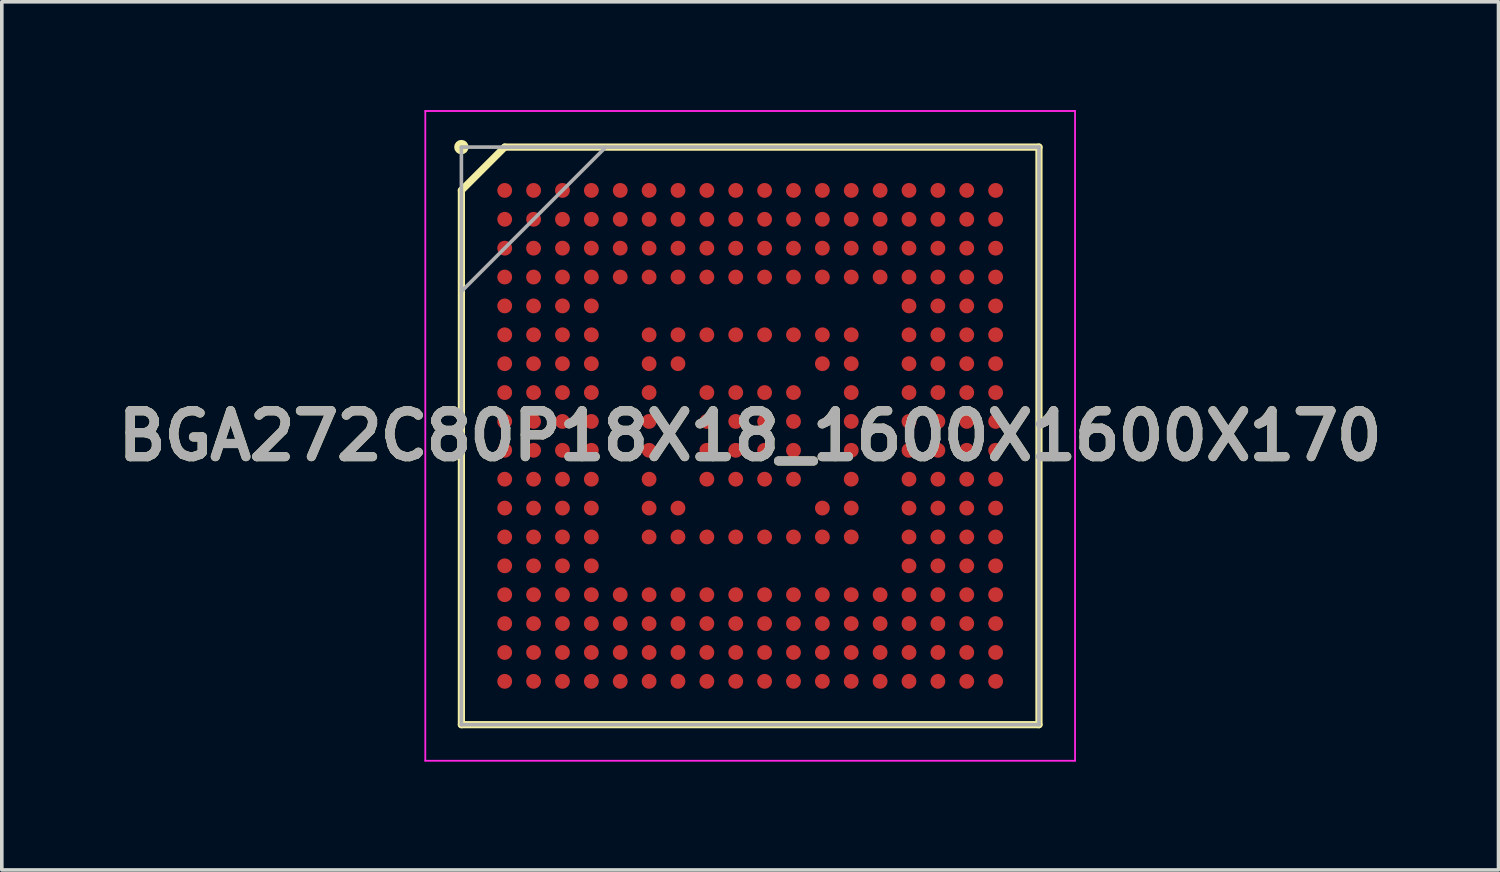
<source format=kicad_pcb>
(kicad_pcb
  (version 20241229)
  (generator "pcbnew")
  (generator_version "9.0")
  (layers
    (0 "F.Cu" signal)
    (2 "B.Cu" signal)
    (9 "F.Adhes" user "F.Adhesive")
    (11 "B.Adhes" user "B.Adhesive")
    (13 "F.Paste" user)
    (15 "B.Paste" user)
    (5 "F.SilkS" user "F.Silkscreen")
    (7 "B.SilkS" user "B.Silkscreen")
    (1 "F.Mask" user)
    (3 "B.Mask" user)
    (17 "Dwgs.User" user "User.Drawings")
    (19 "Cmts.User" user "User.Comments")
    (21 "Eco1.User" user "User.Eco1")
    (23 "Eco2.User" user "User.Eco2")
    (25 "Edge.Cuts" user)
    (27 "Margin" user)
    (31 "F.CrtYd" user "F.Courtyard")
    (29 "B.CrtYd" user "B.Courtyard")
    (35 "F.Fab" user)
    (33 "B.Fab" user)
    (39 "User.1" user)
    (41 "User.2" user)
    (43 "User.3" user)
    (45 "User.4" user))
  (footprint "BGA272C80P18X18_1600X1600X170"
    (layer "F.Cu")
    (at 17.732 9.025)
    (property "Reference" "BGA272C80P18X18_1600X1600X170" (at 0 0 0) (layer "F.SilkS") (effects (font (size 1.27 1.27) (thickness 0.254))))
    (attr smd)
    (fp_line (start -8 -6.8) (end -6.8 -8) (stroke (width 0.2) (type solid)) (layer "F.SilkS"))
    (fp_line (start -8 8) (end -8 -6.8) (stroke (width 0.2) (type solid)) (layer "F.SilkS"))
    (fp_line (start -6.8 -8) (end 8 -8) (stroke (width 0.2) (type solid)) (layer "F.SilkS"))
    (fp_line (start 8 -8) (end 8 8) (stroke (width 0.2) (type solid)) (layer "F.SilkS"))
    (fp_line (start 8 8) (end -8 8) (stroke (width 0.2) (type solid)) (layer "F.SilkS"))
    (fp_circle (center -8 -8) (end -8 -7.9) (stroke (width 0.2) (type solid)) (fill no) (layer "F.SilkS"))
    (fp_line (start -9 -9) (end 9 -9) (stroke (width 0.05) (type solid)) (layer "F.CrtYd"))
    (fp_line (start -9 9) (end -9 -9) (stroke (width 0.05) (type solid)) (layer "F.CrtYd"))
    (fp_line (start 9 -9) (end 9 9) (stroke (width 0.05) (type solid)) (layer "F.CrtYd"))
    (fp_line (start 9 9) (end -9 9) (stroke (width 0.05) (type solid)) (layer "F.CrtYd"))
    (fp_line (start -8 -8) (end 8 -8) (stroke (width 0.1) (type solid)) (layer "F.Fab"))
    (fp_line (start -8 -4) (end -4 -8) (stroke (width 0.1) (type solid)) (layer "F.Fab"))
    (fp_line (start -8 8) (end -8 -8) (stroke (width 0.1) (type solid)) (layer "F.Fab"))
    (fp_line (start 8 -8) (end 8 8) (stroke (width 0.1) (type solid)) (layer "F.Fab"))
    (fp_line (start 8 8) (end -8 8) (stroke (width 0.1) (type solid)) (layer "F.Fab"))
    (fp_text user "${REFERENCE}" (at 0 0 0) (layer "F.Fab") (effects (font (size 1.27 1.27) (thickness 0.254))))
    (pad "A1" smd circle (at -6.8 -6.8 90) (size 0.41 0.41) (layers "F.Cu" "F.Mask" "F.Paste"))
    (pad "A2" smd circle (at -6 -6.8 90) (size 0.41 0.41) (layers "F.Cu" "F.Mask" "F.Paste"))
    (pad "A3" smd circle (at -5.2 -6.8 90) (size 0.41 0.41) (layers "F.Cu" "F.Mask" "F.Paste"))
    (pad "A4" smd circle (at -4.4 -6.8 90) (size 0.41 0.41) (layers "F.Cu" "F.Mask" "F.Paste"))
    (pad "A5" smd circle (at -3.6 -6.8 90) (size 0.41 0.41) (layers "F.Cu" "F.Mask" "F.Paste"))
    (pad "A6" smd circle (at -2.8 -6.8 90) (size 0.41 0.41) (layers "F.Cu" "F.Mask" "F.Paste"))
    (pad "A7" smd circle (at -2 -6.8 90) (size 0.41 0.41) (layers "F.Cu" "F.Mask" "F.Paste"))
    (pad "A8" smd circle (at -1.2 -6.8 90) (size 0.41 0.41) (layers "F.Cu" "F.Mask" "F.Paste"))
    (pad "A9" smd circle (at -0.4 -6.8 90) (size 0.41 0.41) (layers "F.Cu" "F.Mask" "F.Paste"))
    (pad "A10" smd circle (at 0.4 -6.8 90) (size 0.41 0.41) (layers "F.Cu" "F.Mask" "F.Paste"))
    (pad "A11" smd circle (at 1.2 -6.8 90) (size 0.41 0.41) (layers "F.Cu" "F.Mask" "F.Paste"))
    (pad "A12" smd circle (at 2 -6.8 90) (size 0.41 0.41) (layers "F.Cu" "F.Mask" "F.Paste"))
    (pad "A13" smd circle (at 2.8 -6.8 90) (size 0.41 0.41) (layers "F.Cu" "F.Mask" "F.Paste"))
    (pad "A14" smd circle (at 3.6 -6.8 90) (size 0.41 0.41) (layers "F.Cu" "F.Mask" "F.Paste"))
    (pad "A15" smd circle (at 4.4 -6.8 90) (size 0.41 0.41) (layers "F.Cu" "F.Mask" "F.Paste"))
    (pad "A16" smd circle (at 5.2 -6.8 90) (size 0.41 0.41) (layers "F.Cu" "F.Mask" "F.Paste"))
    (pad "A17" smd circle (at 6 -6.8 90) (size 0.41 0.41) (layers "F.Cu" "F.Mask" "F.Paste"))
    (pad "A18" smd circle (at 6.8 -6.8 90) (size 0.41 0.41) (layers "F.Cu" "F.Mask" "F.Paste"))
    (pad "B1" smd circle (at -6.8 -6 90) (size 0.41 0.41) (layers "F.Cu" "F.Mask" "F.Paste"))
    (pad "B2" smd circle (at -6 -6 90) (size 0.41 0.41) (layers "F.Cu" "F.Mask" "F.Paste"))
    (pad "B3" smd circle (at -5.2 -6 90) (size 0.41 0.41) (layers "F.Cu" "F.Mask" "F.Paste"))
    (pad "B4" smd circle (at -4.4 -6 90) (size 0.41 0.41) (layers "F.Cu" "F.Mask" "F.Paste"))
    (pad "B5" smd circle (at -3.6 -6 90) (size 0.41 0.41) (layers "F.Cu" "F.Mask" "F.Paste"))
    (pad "B6" smd circle (at -2.8 -6 90) (size 0.41 0.41) (layers "F.Cu" "F.Mask" "F.Paste"))
    (pad "B7" smd circle (at -2 -6 90) (size 0.41 0.41) (layers "F.Cu" "F.Mask" "F.Paste"))
    (pad "B8" smd circle (at -1.2 -6 90) (size 0.41 0.41) (layers "F.Cu" "F.Mask" "F.Paste"))
    (pad "B9" smd circle (at -0.4 -6 90) (size 0.41 0.41) (layers "F.Cu" "F.Mask" "F.Paste"))
    (pad "B10" smd circle (at 0.4 -6 90) (size 0.41 0.41) (layers "F.Cu" "F.Mask" "F.Paste"))
    (pad "B11" smd circle (at 1.2 -6 90) (size 0.41 0.41) (layers "F.Cu" "F.Mask" "F.Paste"))
    (pad "B12" smd circle (at 2 -6 90) (size 0.41 0.41) (layers "F.Cu" "F.Mask" "F.Paste"))
    (pad "B13" smd circle (at 2.8 -6 90) (size 0.41 0.41) (layers "F.Cu" "F.Mask" "F.Paste"))
    (pad "B14" smd circle (at 3.6 -6 90) (size 0.41 0.41) (layers "F.Cu" "F.Mask" "F.Paste"))
    (pad "B15" smd circle (at 4.4 -6 90) (size 0.41 0.41) (layers "F.Cu" "F.Mask" "F.Paste"))
    (pad "B16" smd circle (at 5.2 -6 90) (size 0.41 0.41) (layers "F.Cu" "F.Mask" "F.Paste"))
    (pad "B17" smd circle (at 6 -6 90) (size 0.41 0.41) (layers "F.Cu" "F.Mask" "F.Paste"))
    (pad "B18" smd circle (at 6.8 -6 90) (size 0.41 0.41) (layers "F.Cu" "F.Mask" "F.Paste"))
    (pad "C1" smd circle (at -6.8 -5.2 90) (size 0.41 0.41) (layers "F.Cu" "F.Mask" "F.Paste"))
    (pad "C2" smd circle (at -6 -5.2 90) (size 0.41 0.41) (layers "F.Cu" "F.Mask" "F.Paste"))
    (pad "C3" smd circle (at -5.2 -5.2 90) (size 0.41 0.41) (layers "F.Cu" "F.Mask" "F.Paste"))
    (pad "C4" smd circle (at -4.4 -5.2 90) (size 0.41 0.41) (layers "F.Cu" "F.Mask" "F.Paste"))
    (pad "C5" smd circle (at -3.6 -5.2 90) (size 0.41 0.41) (layers "F.Cu" "F.Mask" "F.Paste"))
    (pad "C6" smd circle (at -2.8 -5.2 90) (size 0.41 0.41) (layers "F.Cu" "F.Mask" "F.Paste"))
    (pad "C7" smd circle (at -2 -5.2 90) (size 0.41 0.41) (layers "F.Cu" "F.Mask" "F.Paste"))
    (pad "C8" smd circle (at -1.2 -5.2 90) (size 0.41 0.41) (layers "F.Cu" "F.Mask" "F.Paste"))
    (pad "C9" smd circle (at -0.4 -5.2 90) (size 0.41 0.41) (layers "F.Cu" "F.Mask" "F.Paste"))
    (pad "C10" smd circle (at 0.4 -5.2 90) (size 0.41 0.41) (layers "F.Cu" "F.Mask" "F.Paste"))
    (pad "C11" smd circle (at 1.2 -5.2 90) (size 0.41 0.41) (layers "F.Cu" "F.Mask" "F.Paste"))
    (pad "C12" smd circle (at 2 -5.2 90) (size 0.41 0.41) (layers "F.Cu" "F.Mask" "F.Paste"))
    (pad "C13" smd circle (at 2.8 -5.2 90) (size 0.41 0.41) (layers "F.Cu" "F.Mask" "F.Paste"))
    (pad "C14" smd circle (at 3.6 -5.2 90) (size 0.41 0.41) (layers "F.Cu" "F.Mask" "F.Paste"))
    (pad "C15" smd circle (at 4.4 -5.2 90) (size 0.41 0.41) (layers "F.Cu" "F.Mask" "F.Paste"))
    (pad "C16" smd circle (at 5.2 -5.2 90) (size 0.41 0.41) (layers "F.Cu" "F.Mask" "F.Paste"))
    (pad "C17" smd circle (at 6 -5.2 90) (size 0.41 0.41) (layers "F.Cu" "F.Mask" "F.Paste"))
    (pad "C18" smd circle (at 6.8 -5.2 90) (size 0.41 0.41) (layers "F.Cu" "F.Mask" "F.Paste"))
    (pad "D1" smd circle (at -6.8 -4.4 90) (size 0.41 0.41) (layers "F.Cu" "F.Mask" "F.Paste"))
    (pad "D2" smd circle (at -6 -4.4 90) (size 0.41 0.41) (layers "F.Cu" "F.Mask" "F.Paste"))
    (pad "D3" smd circle (at -5.2 -4.4 90) (size 0.41 0.41) (layers "F.Cu" "F.Mask" "F.Paste"))
    (pad "D4" smd circle (at -4.4 -4.4 90) (size 0.41 0.41) (layers "F.Cu" "F.Mask" "F.Paste"))
    (pad "D5" smd circle (at -3.6 -4.4 90) (size 0.41 0.41) (layers "F.Cu" "F.Mask" "F.Paste"))
    (pad "D6" smd circle (at -2.8 -4.4 90) (size 0.41 0.41) (layers "F.Cu" "F.Mask" "F.Paste"))
    (pad "D7" smd circle (at -2 -4.4 90) (size 0.41 0.41) (layers "F.Cu" "F.Mask" "F.Paste"))
    (pad "D8" smd circle (at -1.2 -4.4 90) (size 0.41 0.41) (layers "F.Cu" "F.Mask" "F.Paste"))
    (pad "D9" smd circle (at -0.4 -4.4 90) (size 0.41 0.41) (layers "F.Cu" "F.Mask" "F.Paste"))
    (pad "D10" smd circle (at 0.4 -4.4 90) (size 0.41 0.41) (layers "F.Cu" "F.Mask" "F.Paste"))
    (pad "D11" smd circle (at 1.2 -4.4 90) (size 0.41 0.41) (layers "F.Cu" "F.Mask" "F.Paste"))
    (pad "D12" smd circle (at 2 -4.4 90) (size 0.41 0.41) (layers "F.Cu" "F.Mask" "F.Paste"))
    (pad "D13" smd circle (at 2.8 -4.4 90) (size 0.41 0.41) (layers "F.Cu" "F.Mask" "F.Paste"))
    (pad "D14" smd circle (at 3.6 -4.4 90) (size 0.41 0.41) (layers "F.Cu" "F.Mask" "F.Paste"))
    (pad "D15" smd circle (at 4.4 -4.4 90) (size 0.41 0.41) (layers "F.Cu" "F.Mask" "F.Paste"))
    (pad "D16" smd circle (at 5.2 -4.4 90) (size 0.41 0.41) (layers "F.Cu" "F.Mask" "F.Paste"))
    (pad "D17" smd circle (at 6 -4.4 90) (size 0.41 0.41) (layers "F.Cu" "F.Mask" "F.Paste"))
    (pad "D18" smd circle (at 6.8 -4.4 90) (size 0.41 0.41) (layers "F.Cu" "F.Mask" "F.Paste"))
    (pad "E1" smd circle (at -6.8 -3.6 90) (size 0.41 0.41) (layers "F.Cu" "F.Mask" "F.Paste"))
    (pad "E2" smd circle (at -6 -3.6 90) (size 0.41 0.41) (layers "F.Cu" "F.Mask" "F.Paste"))
    (pad "E3" smd circle (at -5.2 -3.6 90) (size 0.41 0.41) (layers "F.Cu" "F.Mask" "F.Paste"))
    (pad "E4" smd circle (at -4.4 -3.6 90) (size 0.41 0.41) (layers "F.Cu" "F.Mask" "F.Paste"))
    (pad "E15" smd circle (at 4.4 -3.6 90) (size 0.41 0.41) (layers "F.Cu" "F.Mask" "F.Paste"))
    (pad "E16" smd circle (at 5.2 -3.6 90) (size 0.41 0.41) (layers "F.Cu" "F.Mask" "F.Paste"))
    (pad "E17" smd circle (at 6 -3.6 90) (size 0.41 0.41) (layers "F.Cu" "F.Mask" "F.Paste"))
    (pad "E18" smd circle (at 6.8 -3.6 90) (size 0.41 0.41) (layers "F.Cu" "F.Mask" "F.Paste"))
    (pad "F1" smd circle (at -6.8 -2.8 90) (size 0.41 0.41) (layers "F.Cu" "F.Mask" "F.Paste"))
    (pad "F2" smd circle (at -6 -2.8 90) (size 0.41 0.41) (layers "F.Cu" "F.Mask" "F.Paste"))
    (pad "F3" smd circle (at -5.2 -2.8 90) (size 0.41 0.41) (layers "F.Cu" "F.Mask" "F.Paste"))
    (pad "F4" smd circle (at -4.4 -2.8 90) (size 0.41 0.41) (layers "F.Cu" "F.Mask" "F.Paste"))
    (pad "F6" smd circle (at -2.8 -2.8 90) (size 0.41 0.41) (layers "F.Cu" "F.Mask" "F.Paste"))
    (pad "F7" smd circle (at -2 -2.8 90) (size 0.41 0.41) (layers "F.Cu" "F.Mask" "F.Paste"))
    (pad "F8" smd circle (at -1.2 -2.8 90) (size 0.41 0.41) (layers "F.Cu" "F.Mask" "F.Paste"))
    (pad "F9" smd circle (at -0.4 -2.8 90) (size 0.41 0.41) (layers "F.Cu" "F.Mask" "F.Paste"))
    (pad "F10" smd circle (at 0.4 -2.8 90) (size 0.41 0.41) (layers "F.Cu" "F.Mask" "F.Paste"))
    (pad "F11" smd circle (at 1.2 -2.8 90) (size 0.41 0.41) (layers "F.Cu" "F.Mask" "F.Paste"))
    (pad "F12" smd circle (at 2 -2.8 90) (size 0.41 0.41) (layers "F.Cu" "F.Mask" "F.Paste"))
    (pad "F13" smd circle (at 2.8 -2.8 90) (size 0.41 0.41) (layers "F.Cu" "F.Mask" "F.Paste"))
    (pad "F15" smd circle (at 4.4 -2.8 90) (size 0.41 0.41) (layers "F.Cu" "F.Mask" "F.Paste"))
    (pad "F16" smd circle (at 5.2 -2.8 90) (size 0.41 0.41) (layers "F.Cu" "F.Mask" "F.Paste"))
    (pad "F17" smd circle (at 6 -2.8 90) (size 0.41 0.41) (layers "F.Cu" "F.Mask" "F.Paste"))
    (pad "F18" smd circle (at 6.8 -2.8 90) (size 0.41 0.41) (layers "F.Cu" "F.Mask" "F.Paste"))
    (pad "G1" smd circle (at -6.8 -2 90) (size 0.41 0.41) (layers "F.Cu" "F.Mask" "F.Paste"))
    (pad "G2" smd circle (at -6 -2 90) (size 0.41 0.41) (layers "F.Cu" "F.Mask" "F.Paste"))
    (pad "G3" smd circle (at -5.2 -2 90) (size 0.41 0.41) (layers "F.Cu" "F.Mask" "F.Paste"))
    (pad "G4" smd circle (at -4.4 -2 90) (size 0.41 0.41) (layers "F.Cu" "F.Mask" "F.Paste"))
    (pad "G6" smd circle (at -2.8 -2 90) (size 0.41 0.41) (layers "F.Cu" "F.Mask" "F.Paste"))
    (pad "G7" smd circle (at -2 -2 90) (size 0.41 0.41) (layers "F.Cu" "F.Mask" "F.Paste"))
    (pad "G12" smd circle (at 2 -2 90) (size 0.41 0.41) (layers "F.Cu" "F.Mask" "F.Paste"))
    (pad "G13" smd circle (at 2.8 -2 90) (size 0.41 0.41) (layers "F.Cu" "F.Mask" "F.Paste"))
    (pad "G15" smd circle (at 4.4 -2 90) (size 0.41 0.41) (layers "F.Cu" "F.Mask" "F.Paste"))
    (pad "G16" smd circle (at 5.2 -2 90) (size 0.41 0.41) (layers "F.Cu" "F.Mask" "F.Paste"))
    (pad "G17" smd circle (at 6 -2 90) (size 0.41 0.41) (layers "F.Cu" "F.Mask" "F.Paste"))
    (pad "G18" smd circle (at 6.8 -2 90) (size 0.41 0.41) (layers "F.Cu" "F.Mask" "F.Paste"))
    (pad "H1" smd circle (at -6.8 -1.2 90) (size 0.41 0.41) (layers "F.Cu" "F.Mask" "F.Paste"))
    (pad "H2" smd circle (at -6 -1.2 90) (size 0.41 0.41) (layers "F.Cu" "F.Mask" "F.Paste"))
    (pad "H3" smd circle (at -5.2 -1.2 90) (size 0.41 0.41) (layers "F.Cu" "F.Mask" "F.Paste"))
    (pad "H4" smd circle (at -4.4 -1.2 90) (size 0.41 0.41) (layers "F.Cu" "F.Mask" "F.Paste"))
    (pad "H6" smd circle (at -2.8 -1.2 90) (size 0.41 0.41) (layers "F.Cu" "F.Mask" "F.Paste"))
    (pad "H8" smd circle (at -1.2 -1.2 90) (size 0.41 0.41) (layers "F.Cu" "F.Mask" "F.Paste"))
    (pad "H9" smd circle (at -0.4 -1.2 90) (size 0.41 0.41) (layers "F.Cu" "F.Mask" "F.Paste"))
    (pad "H10" smd circle (at 0.4 -1.2 90) (size 0.41 0.41) (layers "F.Cu" "F.Mask" "F.Paste"))
    (pad "H11" smd circle (at 1.2 -1.2 90) (size 0.41 0.41) (layers "F.Cu" "F.Mask" "F.Paste"))
    (pad "H13" smd circle (at 2.8 -1.2 90) (size 0.41 0.41) (layers "F.Cu" "F.Mask" "F.Paste"))
    (pad "H15" smd circle (at 4.4 -1.2 90) (size 0.41 0.41) (layers "F.Cu" "F.Mask" "F.Paste"))
    (pad "H16" smd circle (at 5.2 -1.2 90) (size 0.41 0.41) (layers "F.Cu" "F.Mask" "F.Paste"))
    (pad "H17" smd circle (at 6 -1.2 90) (size 0.41 0.41) (layers "F.Cu" "F.Mask" "F.Paste"))
    (pad "H18" smd circle (at 6.8 -1.2 90) (size 0.41 0.41) (layers "F.Cu" "F.Mask" "F.Paste"))
    (pad "J1" smd circle (at -6.8 -0.4 90) (size 0.41 0.41) (layers "F.Cu" "F.Mask" "F.Paste"))
    (pad "J2" smd circle (at -6 -0.4 90) (size 0.41 0.41) (layers "F.Cu" "F.Mask" "F.Paste"))
    (pad "J3" smd circle (at -5.2 -0.4 90) (size 0.41 0.41) (layers "F.Cu" "F.Mask" "F.Paste"))
    (pad "J4" smd circle (at -4.4 -0.4 90) (size 0.41 0.41) (layers "F.Cu" "F.Mask" "F.Paste"))
    (pad "J6" smd circle (at -2.8 -0.4 90) (size 0.41 0.41) (layers "F.Cu" "F.Mask" "F.Paste"))
    (pad "J8" smd circle (at -1.2 -0.4 90) (size 0.41 0.41) (layers "F.Cu" "F.Mask" "F.Paste"))
    (pad "J9" smd circle (at -0.4 -0.4 90) (size 0.41 0.41) (layers "F.Cu" "F.Mask" "F.Paste"))
    (pad "J10" smd circle (at 0.4 -0.4 90) (size 0.41 0.41) (layers "F.Cu" "F.Mask" "F.Paste"))
    (pad "J11" smd circle (at 1.2 -0.4 90) (size 0.41 0.41) (layers "F.Cu" "F.Mask" "F.Paste"))
    (pad "J13" smd circle (at 2.8 -0.4 90) (size 0.41 0.41) (layers "F.Cu" "F.Mask" "F.Paste"))
    (pad "J15" smd circle (at 4.4 -0.4 90) (size 0.41 0.41) (layers "F.Cu" "F.Mask" "F.Paste"))
    (pad "J16" smd circle (at 5.2 -0.4 90) (size 0.41 0.41) (layers "F.Cu" "F.Mask" "F.Paste"))
    (pad "J17" smd circle (at 6 -0.4 90) (size 0.41 0.41) (layers "F.Cu" "F.Mask" "F.Paste"))
    (pad "J18" smd circle (at 6.8 -0.4 90) (size 0.41 0.41) (layers "F.Cu" "F.Mask" "F.Paste"))
    (pad "K1" smd circle (at -6.8 0.4 90) (size 0.41 0.41) (layers "F.Cu" "F.Mask" "F.Paste"))
    (pad "K2" smd circle (at -6 0.4 90) (size 0.41 0.41) (layers "F.Cu" "F.Mask" "F.Paste"))
    (pad "K3" smd circle (at -5.2 0.4 90) (size 0.41 0.41) (layers "F.Cu" "F.Mask" "F.Paste"))
    (pad "K4" smd circle (at -4.4 0.4 90) (size 0.41 0.41) (layers "F.Cu" "F.Mask" "F.Paste"))
    (pad "K6" smd circle (at -2.8 0.4 90) (size 0.41 0.41) (layers "F.Cu" "F.Mask" "F.Paste"))
    (pad "K8" smd circle (at -1.2 0.4 90) (size 0.41 0.41) (layers "F.Cu" "F.Mask" "F.Paste"))
    (pad "K9" smd circle (at -0.4 0.4 90) (size 0.41 0.41) (layers "F.Cu" "F.Mask" "F.Paste"))
    (pad "K10" smd circle (at 0.4 0.4 90) (size 0.41 0.41) (layers "F.Cu" "F.Mask" "F.Paste"))
    (pad "K11" smd circle (at 1.2 0.4 90) (size 0.41 0.41) (layers "F.Cu" "F.Mask" "F.Paste"))
    (pad "K13" smd circle (at 2.8 0.4 90) (size 0.41 0.41) (layers "F.Cu" "F.Mask" "F.Paste"))
    (pad "K15" smd circle (at 4.4 0.4 90) (size 0.41 0.41) (layers "F.Cu" "F.Mask" "F.Paste"))
    (pad "K16" smd circle (at 5.2 0.4 90) (size 0.41 0.41) (layers "F.Cu" "F.Mask" "F.Paste"))
    (pad "K17" smd circle (at 6 0.4 90) (size 0.41 0.41) (layers "F.Cu" "F.Mask" "F.Paste"))
    (pad "K18" smd circle (at 6.8 0.4 90) (size 0.41 0.41) (layers "F.Cu" "F.Mask" "F.Paste"))
    (pad "L1" smd circle (at -6.8 1.2 90) (size 0.41 0.41) (layers "F.Cu" "F.Mask" "F.Paste"))
    (pad "L2" smd circle (at -6 1.2 90) (size 0.41 0.41) (layers "F.Cu" "F.Mask" "F.Paste"))
    (pad "L3" smd circle (at -5.2 1.2 90) (size 0.41 0.41) (layers "F.Cu" "F.Mask" "F.Paste"))
    (pad "L4" smd circle (at -4.4 1.2 90) (size 0.41 0.41) (layers "F.Cu" "F.Mask" "F.Paste"))
    (pad "L6" smd circle (at -2.8 1.2 90) (size 0.41 0.41) (layers "F.Cu" "F.Mask" "F.Paste"))
    (pad "L8" smd circle (at -1.2 1.2 90) (size 0.41 0.41) (layers "F.Cu" "F.Mask" "F.Paste"))
    (pad "L9" smd circle (at -0.4 1.2 90) (size 0.41 0.41) (layers "F.Cu" "F.Mask" "F.Paste"))
    (pad "L10" smd circle (at 0.4 1.2 90) (size 0.41 0.41) (layers "F.Cu" "F.Mask" "F.Paste"))
    (pad "L11" smd circle (at 1.2 1.2 90) (size 0.41 0.41) (layers "F.Cu" "F.Mask" "F.Paste"))
    (pad "L13" smd circle (at 2.8 1.2 90) (size 0.41 0.41) (layers "F.Cu" "F.Mask" "F.Paste"))
    (pad "L15" smd circle (at 4.4 1.2 90) (size 0.41 0.41) (layers "F.Cu" "F.Mask" "F.Paste"))
    (pad "L16" smd circle (at 5.2 1.2 90) (size 0.41 0.41) (layers "F.Cu" "F.Mask" "F.Paste"))
    (pad "L17" smd circle (at 6 1.2 90) (size 0.41 0.41) (layers "F.Cu" "F.Mask" "F.Paste"))
    (pad "L18" smd circle (at 6.8 1.2 90) (size 0.41 0.41) (layers "F.Cu" "F.Mask" "F.Paste"))
    (pad "M1" smd circle (at -6.8 2 90) (size 0.41 0.41) (layers "F.Cu" "F.Mask" "F.Paste"))
    (pad "M2" smd circle (at -6 2 90) (size 0.41 0.41) (layers "F.Cu" "F.Mask" "F.Paste"))
    (pad "M3" smd circle (at -5.2 2 90) (size 0.41 0.41) (layers "F.Cu" "F.Mask" "F.Paste"))
    (pad "M4" smd circle (at -4.4 2 90) (size 0.41 0.41) (layers "F.Cu" "F.Mask" "F.Paste"))
    (pad "M6" smd circle (at -2.8 2 90) (size 0.41 0.41) (layers "F.Cu" "F.Mask" "F.Paste"))
    (pad "M7" smd circle (at -2 2 90) (size 0.41 0.41) (layers "F.Cu" "F.Mask" "F.Paste"))
    (pad "M12" smd circle (at 2 2 90) (size 0.41 0.41) (layers "F.Cu" "F.Mask" "F.Paste"))
    (pad "M13" smd circle (at 2.8 2 90) (size 0.41 0.41) (layers "F.Cu" "F.Mask" "F.Paste"))
    (pad "M15" smd circle (at 4.4 2 90) (size 0.41 0.41) (layers "F.Cu" "F.Mask" "F.Paste"))
    (pad "M16" smd circle (at 5.2 2 90) (size 0.41 0.41) (layers "F.Cu" "F.Mask" "F.Paste"))
    (pad "M17" smd circle (at 6 2 90) (size 0.41 0.41) (layers "F.Cu" "F.Mask" "F.Paste"))
    (pad "M18" smd circle (at 6.8 2 90) (size 0.41 0.41) (layers "F.Cu" "F.Mask" "F.Paste"))
    (pad "N1" smd circle (at -6.8 2.8 90) (size 0.41 0.41) (layers "F.Cu" "F.Mask" "F.Paste"))
    (pad "N2" smd circle (at -6 2.8 90) (size 0.41 0.41) (layers "F.Cu" "F.Mask" "F.Paste"))
    (pad "N3" smd circle (at -5.2 2.8 90) (size 0.41 0.41) (layers "F.Cu" "F.Mask" "F.Paste"))
    (pad "N4" smd circle (at -4.4 2.8 90) (size 0.41 0.41) (layers "F.Cu" "F.Mask" "F.Paste"))
    (pad "N6" smd circle (at -2.8 2.8 90) (size 0.41 0.41) (layers "F.Cu" "F.Mask" "F.Paste"))
    (pad "N7" smd circle (at -2 2.8 90) (size 0.41 0.41) (layers "F.Cu" "F.Mask" "F.Paste"))
    (pad "N8" smd circle (at -1.2 2.8 90) (size 0.41 0.41) (layers "F.Cu" "F.Mask" "F.Paste"))
    (pad "N9" smd circle (at -0.4 2.8 90) (size 0.41 0.41) (layers "F.Cu" "F.Mask" "F.Paste"))
    (pad "N10" smd circle (at 0.4 2.8 90) (size 0.41 0.41) (layers "F.Cu" "F.Mask" "F.Paste"))
    (pad "N11" smd circle (at 1.2 2.8 90) (size 0.41 0.41) (layers "F.Cu" "F.Mask" "F.Paste"))
    (pad "N12" smd circle (at 2 2.8 90) (size 0.41 0.41) (layers "F.Cu" "F.Mask" "F.Paste"))
    (pad "N13" smd circle (at 2.8 2.8 90) (size 0.41 0.41) (layers "F.Cu" "F.Mask" "F.Paste"))
    (pad "N15" smd circle (at 4.4 2.8 90) (size 0.41 0.41) (layers "F.Cu" "F.Mask" "F.Paste"))
    (pad "N16" smd circle (at 5.2 2.8 90) (size 0.41 0.41) (layers "F.Cu" "F.Mask" "F.Paste"))
    (pad "N17" smd circle (at 6 2.8 90) (size 0.41 0.41) (layers "F.Cu" "F.Mask" "F.Paste"))
    (pad "N18" smd circle (at 6.8 2.8 90) (size 0.41 0.41) (layers "F.Cu" "F.Mask" "F.Paste"))
    (pad "P1" smd circle (at -6.8 3.6 90) (size 0.41 0.41) (layers "F.Cu" "F.Mask" "F.Paste"))
    (pad "P2" smd circle (at -6 3.6 90) (size 0.41 0.41) (layers "F.Cu" "F.Mask" "F.Paste"))
    (pad "P3" smd circle (at -5.2 3.6 90) (size 0.41 0.41) (layers "F.Cu" "F.Mask" "F.Paste"))
    (pad "P4" smd circle (at -4.4 3.6 90) (size 0.41 0.41) (layers "F.Cu" "F.Mask" "F.Paste"))
    (pad "P15" smd circle (at 4.4 3.6 90) (size 0.41 0.41) (layers "F.Cu" "F.Mask" "F.Paste"))
    (pad "P16" smd circle (at 5.2 3.6 90) (size 0.41 0.41) (layers "F.Cu" "F.Mask" "F.Paste"))
    (pad "P17" smd circle (at 6 3.6 90) (size 0.41 0.41) (layers "F.Cu" "F.Mask" "F.Paste"))
    (pad "P18" smd circle (at 6.8 3.6 90) (size 0.41 0.41) (layers "F.Cu" "F.Mask" "F.Paste"))
    (pad "R1" smd circle (at -6.8 4.4 90) (size 0.41 0.41) (layers "F.Cu" "F.Mask" "F.Paste"))
    (pad "R2" smd circle (at -6 4.4 90) (size 0.41 0.41) (layers "F.Cu" "F.Mask" "F.Paste"))
    (pad "R3" smd circle (at -5.2 4.4 90) (size 0.41 0.41) (layers "F.Cu" "F.Mask" "F.Paste"))
    (pad "R4" smd circle (at -4.4 4.4 90) (size 0.41 0.41) (layers "F.Cu" "F.Mask" "F.Paste"))
    (pad "R5" smd circle (at -3.6 4.4 90) (size 0.41 0.41) (layers "F.Cu" "F.Mask" "F.Paste"))
    (pad "R6" smd circle (at -2.8 4.4 90) (size 0.41 0.41) (layers "F.Cu" "F.Mask" "F.Paste"))
    (pad "R7" smd circle (at -2 4.4 90) (size 0.41 0.41) (layers "F.Cu" "F.Mask" "F.Paste"))
    (pad "R8" smd circle (at -1.2 4.4 90) (size 0.41 0.41) (layers "F.Cu" "F.Mask" "F.Paste"))
    (pad "R9" smd circle (at -0.4 4.4 90) (size 0.41 0.41) (layers "F.Cu" "F.Mask" "F.Paste"))
    (pad "R10" smd circle (at 0.4 4.4 90) (size 0.41 0.41) (layers "F.Cu" "F.Mask" "F.Paste"))
    (pad "R11" smd circle (at 1.2 4.4 90) (size 0.41 0.41) (layers "F.Cu" "F.Mask" "F.Paste"))
    (pad "R12" smd circle (at 2 4.4 90) (size 0.41 0.41) (layers "F.Cu" "F.Mask" "F.Paste"))
    (pad "R13" smd circle (at 2.8 4.4 90) (size 0.41 0.41) (layers "F.Cu" "F.Mask" "F.Paste"))
    (pad "R14" smd circle (at 3.6 4.4 90) (size 0.41 0.41) (layers "F.Cu" "F.Mask" "F.Paste"))
    (pad "R15" smd circle (at 4.4 4.4 90) (size 0.41 0.41) (layers "F.Cu" "F.Mask" "F.Paste"))
    (pad "R16" smd circle (at 5.2 4.4 90) (size 0.41 0.41) (layers "F.Cu" "F.Mask" "F.Paste"))
    (pad "R17" smd circle (at 6 4.4 90) (size 0.41 0.41) (layers "F.Cu" "F.Mask" "F.Paste"))
    (pad "R18" smd circle (at 6.8 4.4 90) (size 0.41 0.41) (layers "F.Cu" "F.Mask" "F.Paste"))
    (pad "T1" smd circle (at -6.8 5.2 90) (size 0.41 0.41) (layers "F.Cu" "F.Mask" "F.Paste"))
    (pad "T2" smd circle (at -6 5.2 90) (size 0.41 0.41) (layers "F.Cu" "F.Mask" "F.Paste"))
    (pad "T3" smd circle (at -5.2 5.2 90) (size 0.41 0.41) (layers "F.Cu" "F.Mask" "F.Paste"))
    (pad "T4" smd circle (at -4.4 5.2 90) (size 0.41 0.41) (layers "F.Cu" "F.Mask" "F.Paste"))
    (pad "T5" smd circle (at -3.6 5.2 90) (size 0.41 0.41) (layers "F.Cu" "F.Mask" "F.Paste"))
    (pad "T6" smd circle (at -2.8 5.2 90) (size 0.41 0.41) (layers "F.Cu" "F.Mask" "F.Paste"))
    (pad "T7" smd circle (at -2 5.2 90) (size 0.41 0.41) (layers "F.Cu" "F.Mask" "F.Paste"))
    (pad "T8" smd circle (at -1.2 5.2 90) (size 0.41 0.41) (layers "F.Cu" "F.Mask" "F.Paste"))
    (pad "T9" smd circle (at -0.4 5.2 90) (size 0.41 0.41) (layers "F.Cu" "F.Mask" "F.Paste"))
    (pad "T10" smd circle (at 0.4 5.2 90) (size 0.41 0.41) (layers "F.Cu" "F.Mask" "F.Paste"))
    (pad "T11" smd circle (at 1.2 5.2 90) (size 0.41 0.41) (layers "F.Cu" "F.Mask" "F.Paste"))
    (pad "T12" smd circle (at 2 5.2 90) (size 0.41 0.41) (layers "F.Cu" "F.Mask" "F.Paste"))
    (pad "T13" smd circle (at 2.8 5.2 90) (size 0.41 0.41) (layers "F.Cu" "F.Mask" "F.Paste"))
    (pad "T14" smd circle (at 3.6 5.2 90) (size 0.41 0.41) (layers "F.Cu" "F.Mask" "F.Paste"))
    (pad "T15" smd circle (at 4.4 5.2 90) (size 0.41 0.41) (layers "F.Cu" "F.Mask" "F.Paste"))
    (pad "T16" smd circle (at 5.2 5.2 90) (size 0.41 0.41) (layers "F.Cu" "F.Mask" "F.Paste"))
    (pad "T17" smd circle (at 6 5.2 90) (size 0.41 0.41) (layers "F.Cu" "F.Mask" "F.Paste"))
    (pad "T18" smd circle (at 6.8 5.2 90) (size 0.41 0.41) (layers "F.Cu" "F.Mask" "F.Paste"))
    (pad "U1" smd circle (at -6.8 6 90) (size 0.41 0.41) (layers "F.Cu" "F.Mask" "F.Paste"))
    (pad "U2" smd circle (at -6 6 90) (size 0.41 0.41) (layers "F.Cu" "F.Mask" "F.Paste"))
    (pad "U3" smd circle (at -5.2 6 90) (size 0.41 0.41) (layers "F.Cu" "F.Mask" "F.Paste"))
    (pad "U4" smd circle (at -4.4 6 90) (size 0.41 0.41) (layers "F.Cu" "F.Mask" "F.Paste"))
    (pad "U5" smd circle (at -3.6 6 90) (size 0.41 0.41) (layers "F.Cu" "F.Mask" "F.Paste"))
    (pad "U6" smd circle (at -2.8 6 90) (size 0.41 0.41) (layers "F.Cu" "F.Mask" "F.Paste"))
    (pad "U7" smd circle (at -2 6 90) (size 0.41 0.41) (layers "F.Cu" "F.Mask" "F.Paste"))
    (pad "U8" smd circle (at -1.2 6 90) (size 0.41 0.41) (layers "F.Cu" "F.Mask" "F.Paste"))
    (pad "U9" smd circle (at -0.4 6 90) (size 0.41 0.41) (layers "F.Cu" "F.Mask" "F.Paste"))
    (pad "U10" smd circle (at 0.4 6 90) (size 0.41 0.41) (layers "F.Cu" "F.Mask" "F.Paste"))
    (pad "U11" smd circle (at 1.2 6 90) (size 0.41 0.41) (layers "F.Cu" "F.Mask" "F.Paste"))
    (pad "U12" smd circle (at 2 6 90) (size 0.41 0.41) (layers "F.Cu" "F.Mask" "F.Paste"))
    (pad "U13" smd circle (at 2.8 6 90) (size 0.41 0.41) (layers "F.Cu" "F.Mask" "F.Paste"))
    (pad "U14" smd circle (at 3.6 6 90) (size 0.41 0.41) (layers "F.Cu" "F.Mask" "F.Paste"))
    (pad "U15" smd circle (at 4.4 6 90) (size 0.41 0.41) (layers "F.Cu" "F.Mask" "F.Paste"))
    (pad "U16" smd circle (at 5.2 6 90) (size 0.41 0.41) (layers "F.Cu" "F.Mask" "F.Paste"))
    (pad "U17" smd circle (at 6 6 90) (size 0.41 0.41) (layers "F.Cu" "F.Mask" "F.Paste"))
    (pad "U18" smd circle (at 6.8 6 90) (size 0.41 0.41) (layers "F.Cu" "F.Mask" "F.Paste"))
    (pad "V1" smd circle (at -6.8 6.8 90) (size 0.41 0.41) (layers "F.Cu" "F.Mask" "F.Paste"))
    (pad "V2" smd circle (at -6 6.8 90) (size 0.41 0.41) (layers "F.Cu" "F.Mask" "F.Paste"))
    (pad "V3" smd circle (at -5.2 6.8 90) (size 0.41 0.41) (layers "F.Cu" "F.Mask" "F.Paste"))
    (pad "V4" smd circle (at -4.4 6.8 90) (size 0.41 0.41) (layers "F.Cu" "F.Mask" "F.Paste"))
    (pad "V5" smd circle (at -3.6 6.8 90) (size 0.41 0.41) (layers "F.Cu" "F.Mask" "F.Paste"))
    (pad "V6" smd circle (at -2.8 6.8 90) (size 0.41 0.41) (layers "F.Cu" "F.Mask" "F.Paste"))
    (pad "V7" smd circle (at -2 6.8 90) (size 0.41 0.41) (layers "F.Cu" "F.Mask" "F.Paste"))
    (pad "V8" smd circle (at -1.2 6.8 90) (size 0.41 0.41) (layers "F.Cu" "F.Mask" "F.Paste"))
    (pad "V9" smd circle (at -0.4 6.8 90) (size 0.41 0.41) (layers "F.Cu" "F.Mask" "F.Paste"))
    (pad "V10" smd circle (at 0.4 6.8 90) (size 0.41 0.41) (layers "F.Cu" "F.Mask" "F.Paste"))
    (pad "V11" smd circle (at 1.2 6.8 90) (size 0.41 0.41) (layers "F.Cu" "F.Mask" "F.Paste"))
    (pad "V12" smd circle (at 2 6.8 90) (size 0.41 0.41) (layers "F.Cu" "F.Mask" "F.Paste"))
    (pad "V13" smd circle (at 2.8 6.8 90) (size 0.41 0.41) (layers "F.Cu" "F.Mask" "F.Paste"))
    (pad "V14" smd circle (at 3.6 6.8 90) (size 0.41 0.41) (layers "F.Cu" "F.Mask" "F.Paste"))
    (pad "V15" smd circle (at 4.4 6.8 90) (size 0.41 0.41) (layers "F.Cu" "F.Mask" "F.Paste"))
    (pad "V16" smd circle (at 5.2 6.8 90) (size 0.41 0.41) (layers "F.Cu" "F.Mask" "F.Paste"))
    (pad "V17" smd circle (at 6 6.8 90) (size 0.41 0.41) (layers "F.Cu" "F.Mask" "F.Paste"))
    (pad "V18" smd circle (at 6.8 6.8 90) (size 0.41 0.41) (layers "F.Cu" "F.Mask" "F.Paste")))
  (gr_rect
    (start -3 -3)
    (end 38.463 21.05)
    (stroke (width 0.1) (type default))
    (fill no)
    (layer "Edge.Cuts")))
</source>
